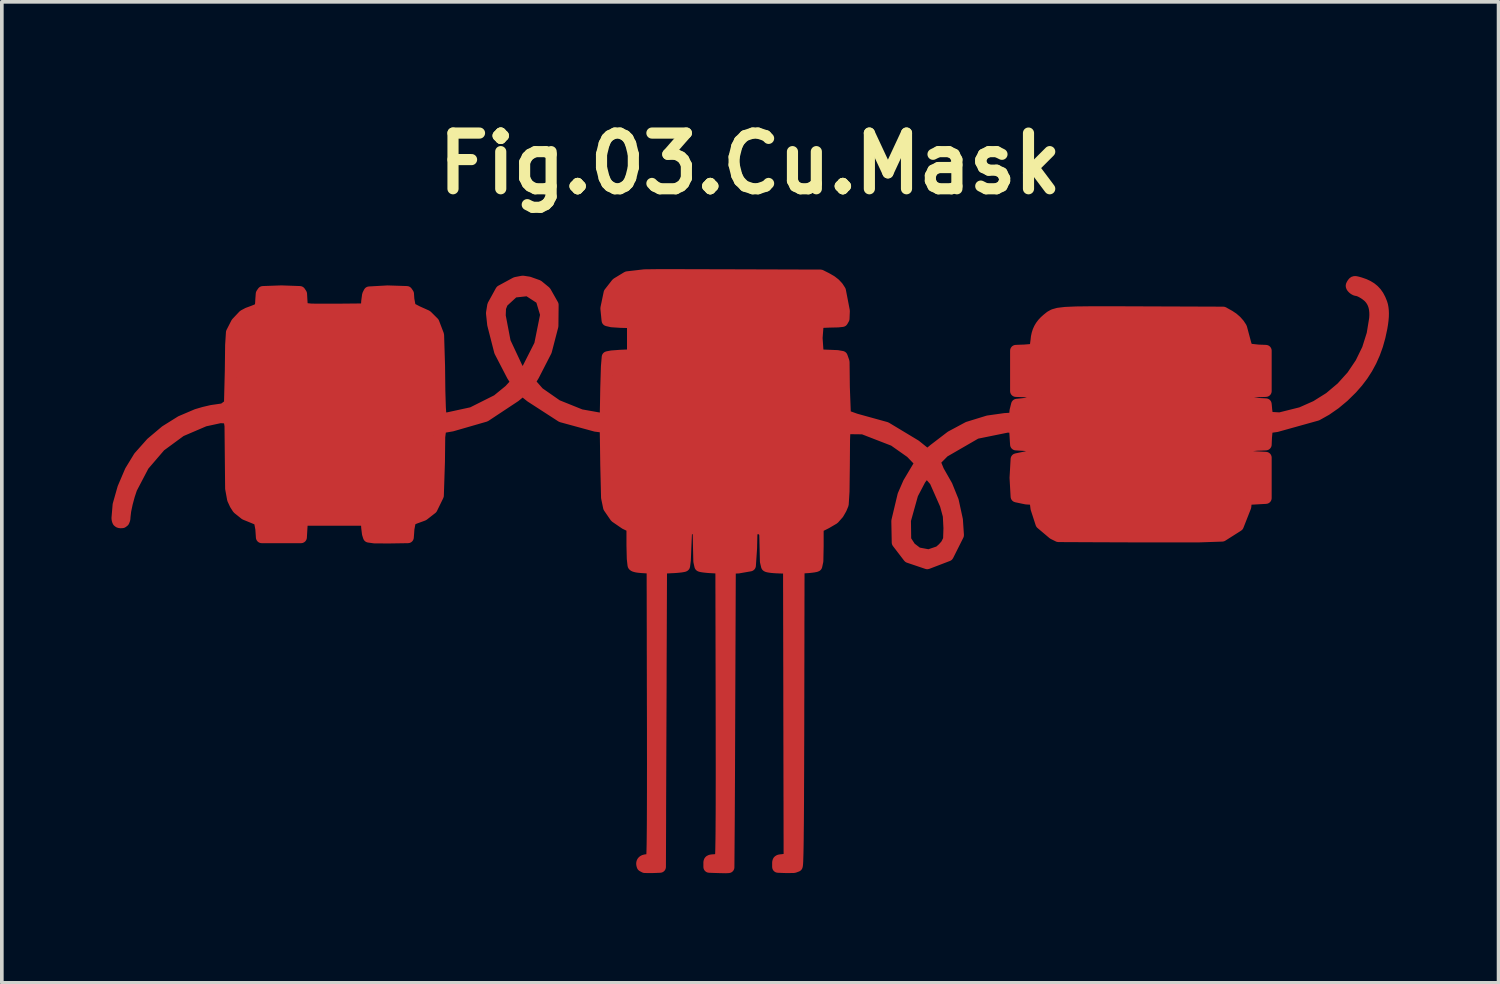
<source format=kicad_pcb>
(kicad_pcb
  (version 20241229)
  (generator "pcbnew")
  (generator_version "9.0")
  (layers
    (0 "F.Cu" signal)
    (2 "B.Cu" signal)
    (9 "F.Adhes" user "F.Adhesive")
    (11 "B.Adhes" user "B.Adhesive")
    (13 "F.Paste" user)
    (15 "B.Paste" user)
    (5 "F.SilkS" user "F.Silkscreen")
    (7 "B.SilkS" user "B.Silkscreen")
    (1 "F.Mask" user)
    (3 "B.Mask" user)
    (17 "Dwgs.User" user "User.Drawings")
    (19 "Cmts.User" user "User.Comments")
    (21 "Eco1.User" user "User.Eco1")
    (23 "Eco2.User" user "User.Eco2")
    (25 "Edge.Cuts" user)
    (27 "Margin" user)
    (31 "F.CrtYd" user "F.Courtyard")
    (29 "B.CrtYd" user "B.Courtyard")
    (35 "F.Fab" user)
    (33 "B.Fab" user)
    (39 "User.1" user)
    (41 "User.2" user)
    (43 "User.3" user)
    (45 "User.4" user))
  (footprint "Fig.03.Cu.Mask"
    (layer "F.Cu")
    (at 17.474 12.58)
    (property "Reference" "Fig.03.Cu.Mask" (at 0 -11.154 0) (layer "F.SilkS") (effects (font (size 1.524 1.524) (thickness 0.305))))
    (attr smd)
    (fp_poly (pts (xy -2.942 8.066) (xy -2.948 8.049) (xy -2.952 8.032) (xy -2.955 8.016) (xy -2.955 8.001) (xy -2.954 7.988) (xy -2.952 7.975) (xy -2.947 7.963) (xy -2.941 7.953) (xy -2.933 7.943) (xy -2.923 7.934) (xy -2.912 7.927) (xy -2.899 7.92) (xy -2.884 7.915) (xy -2.867 7.911) (xy -2.849 7.907) (xy -2.829 7.905) (xy -2.817 7.904) (xy -2.806 7.902) (xy -2.795 7.9) (xy -2.784 7.898) (xy -2.773 7.896) (xy -2.762 7.893) (xy -2.752 7.89) (xy -2.742 7.887) (xy -2.732 7.884) (xy -2.724 7.88) (xy -2.715 7.877) (xy -2.708 7.873) (xy -2.701 7.869) (xy -2.696 7.865) (xy -2.691 7.861) (xy -2.687 7.857) (xy -2.683 7.838) (xy -2.679 7.792) (xy -2.676 7.718) (xy -2.673 7.615) (xy -2.67 7.482) (xy -2.668 7.319) (xy -2.666 7.125) (xy -2.664 6.899) (xy -2.663 6.641) (xy -2.662 6.349) (xy -2.661 6.024) (xy -2.661 5.664) (xy -2.66 5.269) (xy -2.661 4.838) (xy -2.661 4.37) (xy -2.662 3.864) (xy -2.663 3.617) (xy -2.663 3.37) (xy -2.664 3.123) (xy -2.664 2.876) (xy -2.665 2.628) (xy -2.665 2.381) (xy -2.666 2.134) (xy -2.666 1.887) (xy -2.666 1.64) (xy -2.667 1.393) (xy -2.667 1.146) (xy -2.668 0.899) (xy -2.668 0.651) (xy -2.669 0.404) (xy -2.669 0.157) (xy -2.67 -0.09) (xy -2.685 -0.091) (xy -2.701 -0.092) (xy -2.716 -0.093) (xy -2.732 -0.094) (xy -2.747 -0.095) (xy -2.763 -0.096) (xy -2.778 -0.096) (xy -2.794 -0.097) (xy -2.809 -0.098) (xy -2.825 -0.099) (xy -2.84 -0.1) (xy -2.855 -0.101) (xy -2.871 -0.102) (xy -2.886 -0.103) (xy -2.902 -0.104) (xy -2.917 -0.105) (xy -2.949 -0.107) (xy -2.979 -0.109) (xy -3.006 -0.112) (xy -3.032 -0.114) (xy -3.055 -0.117) (xy -3.076 -0.12) (xy -3.096 -0.123) (xy -3.113 -0.127) (xy -3.129 -0.131) (xy -3.143 -0.135) (xy -3.156 -0.139) (xy -3.166 -0.143) (xy -3.175 -0.148) (xy -3.183 -0.153) (xy -3.189 -0.159) (xy -3.193 -0.165) (xy -3.213 -0.343) (xy -3.222 -0.71) (xy -3.222 -0.96) (xy -3.222 -1.21) (xy -3.318 -1.255) (xy -3.414 -1.301) (xy -3.681 -1.484) (xy -3.861 -1.746) (xy -3.917 -2.014) (xy -3.939 -2.912) (xy -3.946 -3.427) (xy -3.954 -3.942) (xy -4.088 -3.959) (xy -4.223 -3.976) (xy -5.156 -4.231) (xy -6 -4.777) (xy -6.113 -5.476) (xy -5.748 -6.196) (xy -5.582 -7.022) (xy -5.71 -7.449) (xy -6.076 -7.687) (xy -6.468 -7.644) (xy -6.775 -7.362) (xy -6.836 -7.209) (xy -6.845 -6.989) (xy -6.707 -6.269) (xy -6.369 -5.548) (xy -6.286 -5.437) (xy -6.227 -5.391) (xy -6.176 -5.416) (xy -6.113 -5.476) (xy -6 -4.777) (xy -6.146 -4.894) (xy -6.224 -4.942) (xy -6.297 -4.896) (xy -6.433 -4.784) (xy -7.246 -4.246) (xy -8.157 -3.983) (xy -8.372 -3.946) (xy -8.471 -3.903) (xy -8.5 -3.676) (xy -8.508 -2.987) (xy -8.538 -2.069) (xy -8.71 -1.717) (xy -8.942 -1.536) (xy -9.18 -1.449) (xy -9.3 -1.394) (xy -9.343 -1.16) (xy -9.351 -1.043) (xy -9.36 -0.926) (xy -9.62 -0.922) (xy -9.88 -0.918) (xy -10.276 -0.92) (xy -10.433 -0.942) (xy -10.46 -1.028) (xy -10.48 -1.189) (xy -10.487 -1.296) (xy -10.494 -1.404) (xy -10.935 -1.404) (xy -11.376 -1.404) (xy -11.816 -1.404) (xy -12.257 -1.404) (xy -12.264 -1.285) (xy -12.272 -1.165) (xy -12.279 -1.046) (xy -12.286 -0.926) (xy -12.555 -0.926) (xy -12.824 -0.926) (xy -13.093 -0.926) (xy -13.362 -0.926) (xy -13.37 -1.043) (xy -13.378 -1.16) (xy -13.422 -1.395) (xy -13.584 -1.464) (xy -13.815 -1.558) (xy -14.013 -1.717) (xy -14.085 -1.829) (xy -14.151 -1.972) (xy -14.204 -2.263) (xy -14.213 -3.149) (xy -14.221 -3.981) (xy -14.257 -4.196) (xy -14.496 -4.211) (xy -14.929 -4.117) (xy -15.58 -3.838) (xy -16.143 -3.425) (xy -16.598 -2.895) (xy -16.928 -2.265) (xy -16.991 -2.075) (xy -17.05 -1.857) (xy -17.093 -1.654) (xy -17.11 -1.512) (xy -17.117 -1.423) (xy -17.139 -1.366) (xy -17.177 -1.337) (xy -17.233 -1.334) (xy -17.268 -1.344) (xy -17.292 -1.363) (xy -17.306 -1.397) (xy -17.314 -1.449) (xy -17.283 -1.815) (xy -17.153 -2.274) (xy -16.954 -2.74) (xy -16.718 -3.127) (xy -16.38 -3.507) (xy -15.992 -3.834) (xy -15.573 -4.096) (xy -15.139 -4.281) (xy -14.941 -4.339) (xy -14.732 -4.388) (xy -14.407 -4.435) (xy -14.236 -4.562) (xy -14.213 -5.475) (xy -14.204 -6.186) (xy -14.182 -6.531) (xy -14.049 -6.791) (xy -13.856 -6.996) (xy -13.737 -7.059) (xy -13.595 -7.111) (xy -13.474 -7.16) (xy -13.406 -7.213) (xy -13.385 -7.305) (xy -13.377 -7.447) (xy -13.366 -7.59) (xy -13.329 -7.643) (xy -12.824 -7.661) (xy -12.319 -7.643) (xy -12.281 -7.586) (xy -12.272 -7.422) (xy -12.261 -7.262) (xy -12.231 -7.186) (xy -12.001 -7.162) (xy -11.342 -7.16) (xy -10.918 -7.164) (xy -10.495 -7.168) (xy -10.487 -7.277) (xy -10.48 -7.386) (xy -10.457 -7.557) (xy -10.42 -7.632) (xy -9.916 -7.66) (xy -9.392 -7.643) (xy -9.355 -7.589) (xy -9.345 -7.439) (xy -9.301 -7.204) (xy -9.107 -7.103) (xy -8.848 -6.987) (xy -8.66 -6.8) (xy -8.531 -6.462) (xy -8.505 -5.619) (xy -8.497 -4.938) (xy -8.483 -4.48) (xy -8.473 -4.331) (xy -8.464 -4.182) (xy -8.367 -4.184) (xy -8.27 -4.187) (xy -7.603 -4.332) (xy -6.915 -4.677) (xy -6.582 -4.949) (xy -6.388 -5.16) (xy -6.422 -5.228) (xy -6.503 -5.355) (xy -6.844 -6.013) (xy -7.033 -6.751) (xy -7.066 -7.061) (xy -7.032 -7.273) (xy -6.813 -7.671) (xy -6.408 -7.891) (xy -6.22 -7.927) (xy -6.054 -7.902) (xy -5.805 -7.813) (xy -5.6 -7.645) (xy -5.397 -7.287) (xy -5.403 -6.71) (xy -5.581 -6.026) (xy -5.922 -5.362) (xy -5.998 -5.236) (xy -6.029 -5.163) (xy -5.784 -4.883) (xy -5.283 -4.534) (xy -4.633 -4.272) (xy -4.069 -4.172) (xy -4.011 -4.177) (xy -3.954 -4.182) (xy -3.946 -4.595) (xy -3.939 -5.008) (xy -3.921 -5.599) (xy -3.899 -5.859) (xy -3.784 -5.881) (xy -3.541 -5.899) (xy -3.374 -5.906) (xy -3.207 -5.914) (xy -3.207 -6.138) (xy -3.207 -6.362) (xy -3.207 -6.586) (xy -3.207 -6.81) (xy -3.37 -6.814) (xy -3.534 -6.818) (xy -3.783 -6.834) (xy -3.903 -6.862) (xy -3.936 -7.193) (xy -3.848 -7.613) (xy -3.646 -7.872) (xy -3.359 -8.046) (xy -2.888 -8.101) (xy -2.57 -8.105) (xy -2.109 -8.106) (xy -1.473 -8.104) (xy -0.629 -8.102) (xy -0.309 -8.101) (xy 0.011 -8.1) (xy 0.331 -8.099) (xy 0.651 -8.098) (xy 0.97 -8.097) (xy 1.29 -8.096) (xy 1.61 -8.095) (xy 1.93 -8.094) (xy 1.952 -8.083) (xy 1.974 -8.072) (xy 1.995 -8.061) (xy 2.017 -8.05) (xy 2.039 -8.039) (xy 2.061 -8.028) (xy 2.083 -8.017) (xy 2.105 -8.005) (xy 2.221 -7.938) (xy 2.32 -7.861) (xy 2.401 -7.774) (xy 2.465 -7.675) (xy 2.572 -7.121) (xy 2.563 -6.909) (xy 2.525 -6.843) (xy 2.405 -6.83) (xy 2.182 -6.825) (xy 1.932 -6.815) (xy 1.856 -6.767) (xy 1.826 -6.382) (xy 1.854 -5.975) (xy 1.918 -5.909) (xy 2.17 -5.899) (xy 2.389 -5.89) (xy 2.514 -5.868) (xy 2.564 -5.726) (xy 2.572 -5.033) (xy 2.601 -4.259) (xy 2.889 -4.156) (xy 3.72 -3.926) (xy 4.525 -3.441) (xy 5.065 -2.472) (xy 4.825 -2.743) (xy 4.653 -2.51) (xy 4.444 -2.111) (xy 4.244 -1.395) (xy 4.251 -0.852) (xy 4.386 -0.643) (xy 4.58 -0.495) (xy 4.893 -0.436) (xy 5.18 -0.533) (xy 5.281 -0.622) (xy 5.371 -0.723) (xy 5.442 -0.865) (xy 5.452 -1.178) (xy 5.435 -1.516) (xy 5.352 -1.822) (xy 5.065 -2.472) (xy 4.525 -3.441) (xy 4.724 -3.281) (xy 4.829 -3.198) (xy 4.899 -3.215) (xy 5.044 -3.334) (xy 5.5 -3.683) (xy 5.968 -3.934) (xy 6.514 -4.102) (xy 6.975 -4.167) (xy 7.14 -4.177) (xy 7.225 -4.203) (xy 7.25 -4.273) (xy 7.261 -4.393) (xy 7.302 -4.558) (xy 7.556 -4.585) (xy 7.775 -4.614) (xy 7.828 -4.734) (xy 7.769 -4.878) (xy 7.515 -4.92) (xy 7.395 -4.924) (xy 7.276 -4.928) (xy 7.276 -5.204) (xy 7.276 -5.481) (xy 7.276 -5.757) (xy 7.276 -6.033) (xy 7.395 -6.038) (xy 7.513 -6.042) (xy 7.691 -6.057) (xy 7.786 -6.08) (xy 7.815 -6.161) (xy 7.835 -6.315) (xy 7.845 -6.405) (xy 7.863 -6.488) (xy 7.888 -6.567) (xy 7.921 -6.64) (xy 7.962 -6.709) (xy 8.012 -6.775) (xy 8.07 -6.837) (xy 8.138 -6.898) (xy 8.222 -6.965) (xy 8.31 -7.014) (xy 8.435 -7.049) (xy 8.63 -7.072) (xy 8.927 -7.085) (xy 9.36 -7.09) (xy 9.96 -7.09) (xy 10.762 -7.087) (xy 11.035 -7.086) (xy 11.309 -7.085) (xy 11.583 -7.084) (xy 11.856 -7.083) (xy 12.13 -7.082) (xy 12.403 -7.081) (xy 12.677 -7.08) (xy 12.95 -7.079) (xy 12.971 -7.067) (xy 12.991 -7.055) (xy 13.012 -7.044) (xy 13.032 -7.032) (xy 13.053 -7.021) (xy 13.074 -7.009) (xy 13.094 -6.998) (xy 13.115 -6.986) (xy 13.213 -6.921) (xy 13.301 -6.844) (xy 13.378 -6.757) (xy 13.442 -6.66) (xy 13.563 -6.208) (xy 13.61 -6.073) (xy 13.906 -6.041) (xy 14.011 -6.037) (xy 14.115 -6.033) (xy 14.115 -5.757) (xy 14.115 -5.481) (xy 14.115 -5.205) (xy 14.115 -4.928) (xy 14.011 -4.924) (xy 13.906 -4.921) (xy 13.605 -4.888) (xy 13.568 -4.741) (xy 13.573 -4.67) (xy 13.577 -4.6) (xy 13.712 -4.592) (xy 13.846 -4.585) (xy 13.981 -4.577) (xy 14.115 -4.57) (xy 14.123 -4.488) (xy 14.13 -4.406) (xy 14.148 -4.279) (xy 14.169 -4.204) (xy 14.499 -4.185) (xy 15.086 -4.332) (xy 15.491 -4.512) (xy 15.861 -4.744) (xy 16.191 -5.022) (xy 16.478 -5.34) (xy 16.716 -5.694) (xy 16.903 -6.078) (xy 17.032 -6.487) (xy 17.102 -6.914) (xy 17.107 -7.008) (xy 17.105 -7.095) (xy 17.096 -7.175) (xy 17.08 -7.249) (xy 17.057 -7.317) (xy 17.027 -7.38) (xy 16.989 -7.438) (xy 16.944 -7.492) (xy 16.907 -7.526) (xy 16.863 -7.561) (xy 16.815 -7.595) (xy 16.765 -7.625) (xy 16.716 -7.652) (xy 16.67 -7.672) (xy 16.629 -7.686) (xy 16.597 -7.691) (xy 16.578 -7.694) (xy 16.557 -7.704) (xy 16.534 -7.717) (xy 16.511 -7.734) (xy 16.491 -7.753) (xy 16.475 -7.772) (xy 16.464 -7.791) (xy 16.46 -7.807) (xy 16.46 -7.812) (xy 16.462 -7.819) (xy 16.466 -7.828) (xy 16.471 -7.837) (xy 16.476 -7.848) (xy 16.482 -7.858) (xy 16.489 -7.869) (xy 16.497 -7.88) (xy 16.509 -7.895) (xy 16.521 -7.907) (xy 16.535 -7.914) (xy 16.553 -7.916) (xy 16.576 -7.914) (xy 16.606 -7.908) (xy 16.645 -7.898) (xy 16.696 -7.883) (xy 16.806 -7.845) (xy 16.903 -7.8) (xy 16.99 -7.747) (xy 17.065 -7.686) (xy 17.131 -7.615) (xy 17.188 -7.534) (xy 17.237 -7.441) (xy 17.28 -7.336) (xy 17.299 -7.273) (xy 17.312 -7.204) (xy 17.32 -7.131) (xy 17.323 -7.052) (xy 17.321 -6.966) (xy 17.313 -6.872) (xy 17.3 -6.771) (xy 17.282 -6.66) (xy 17.229 -6.414) (xy 17.164 -6.182) (xy 17.084 -5.961) (xy 16.991 -5.752) (xy 16.883 -5.552) (xy 16.76 -5.361) (xy 16.621 -5.178) (xy 16.465 -5) (xy 16.241 -4.78) (xy 16.008 -4.586) (xy 15.765 -4.417) (xy 15.512 -4.275) (xy 14.408 -3.967) (xy 14.246 -3.944) (xy 14.161 -3.915) (xy 14.139 -3.829) (xy 14.124 -3.672) (xy 14.119 -3.569) (xy 14.115 -3.465) (xy 13.996 -3.46) (xy 13.877 -3.456) (xy 13.698 -3.44) (xy 13.6 -3.414) (xy 13.573 -3.357) (xy 13.568 -3.258) (xy 13.573 -3.197) (xy 13.577 -3.136) (xy 13.712 -3.129) (xy 13.846 -3.121) (xy 13.981 -3.114) (xy 14.115 -3.106) (xy 14.115 -2.83) (xy 14.115 -2.554) (xy 14.115 -2.277) (xy 14.115 -2.001) (xy 13.981 -1.994) (xy 13.846 -1.986) (xy 13.712 -1.979) (xy 13.577 -1.971) (xy 13.567 -1.868) (xy 13.557 -1.764) (xy 13.352 -1.243) (xy 12.92 -0.969) (xy 12.277 -0.947) (xy 10.606 -0.947) (xy 9.523 -0.951) (xy 8.44 -0.956) (xy 8.369 -0.991) (xy 8.298 -1.026) (xy 7.969 -1.304) (xy 7.835 -1.717) (xy 7.816 -1.865) (xy 7.791 -1.949) (xy 7.715 -1.976) (xy 7.558 -1.986) (xy 7.29 -2.042) (xy 7.261 -2.554) (xy 7.29 -3.066) (xy 7.556 -3.121) (xy 7.774 -3.151) (xy 7.828 -3.269) (xy 7.774 -3.406) (xy 7.523 -3.45) (xy 7.399 -3.457) (xy 7.276 -3.465) (xy 7.268 -3.584) (xy 7.261 -3.704) (xy 7.253 -3.823) (xy 7.246 -3.942) (xy 7.141 -3.947) (xy 7.037 -3.951) (xy 6.186 -3.778) (xy 5.304 -3.268) (xy 5.047 -3.008) (xy 5.154 -2.745) (xy 5.385 -2.339) (xy 5.553 -1.923) (xy 5.666 -1.405) (xy 5.694 -0.987) (xy 5.414 -0.429) (xy 4.85 -0.213) (xy 4.344 -0.384) (xy 4.037 -0.785) (xy 4.026 -1.374) (xy 4.194 -2.078) (xy 4.34 -2.414) (xy 4.532 -2.737) (xy 4.624 -2.891) (xy 4.662 -2.982) (xy 4.406 -3.248) (xy 3.939 -3.577) (xy 3.095 -3.904) (xy 2.59 -3.91) (xy 2.577 -3.595) (xy 2.572 -2.902) (xy 2.563 -2.18) (xy 2.541 -1.832) (xy 2.491 -1.712) (xy 2.414 -1.578) (xy 2.291 -1.439) (xy 2.086 -1.319) (xy 1.971 -1.261) (xy 1.855 -1.204) (xy 1.855 -0.945) (xy 1.855 -0.686) (xy 1.847 -0.278) (xy 1.818 -0.144) (xy 1.813 -0.141) (xy 1.806 -0.139) (xy 1.797 -0.136) (xy 1.786 -0.133) (xy 1.773 -0.131) (xy 1.758 -0.128) (xy 1.743 -0.125) (xy 1.726 -0.122) (xy 1.707 -0.12) (xy 1.688 -0.117) (xy 1.667 -0.115) (xy 1.646 -0.112) (xy 1.624 -0.11) (xy 1.602 -0.108) (xy 1.579 -0.106) (xy 1.556 -0.105) (xy 1.542 -0.104) (xy 1.528 -0.103) (xy 1.514 -0.102) (xy 1.5 -0.101) (xy 1.486 -0.1) (xy 1.472 -0.099) (xy 1.458 -0.098) (xy 1.444 -0.097) (xy 1.43 -0.096) (xy 1.416 -0.095) (xy 1.402 -0.095) (xy 1.388 -0.094) (xy 1.374 -0.093) (xy 1.36 -0.092) (xy 1.346 -0.091) (xy 1.332 -0.09) (xy 1.332 0.164) (xy 1.331 0.417) (xy 1.331 0.671) (xy 1.33 0.925) (xy 1.33 1.178) (xy 1.329 1.432) (xy 1.329 1.686) (xy 1.329 1.94) (xy 1.328 2.193) (xy 1.328 2.447) (xy 1.327 2.701) (xy 1.327 2.954) (xy 1.326 3.208) (xy 1.326 3.462) (xy 1.325 3.715) (xy 1.325 3.969) (xy 1.324 4.51) (xy 1.322 5.007) (xy 1.321 5.461) (xy 1.319 5.873) (xy 1.318 6.246) (xy 1.316 6.579) (xy 1.314 6.875) (xy 1.311 7.135) (xy 1.309 7.36) (xy 1.306 7.551) (xy 1.303 7.71) (xy 1.299 7.838) (xy 1.296 7.937) (xy 1.292 8.007) (xy 1.287 8.051) (xy 1.283 8.069) (xy 1.202 8.099) (xy 1.007 8.102) (xy 0.886 8.098) (xy 0.765 8.093) (xy 0.765 8.088) (xy 0.765 8.082) (xy 0.765 8.077) (xy 0.765 8.071) (xy 0.765 8.065) (xy 0.765 8.06) (xy 0.765 8.054) (xy 0.765 8.049) (xy 0.765 8.043) (xy 0.765 8.037) (xy 0.765 8.032) (xy 0.765 8.026) (xy 0.765 8.021) (xy 0.765 8.015) (xy 0.765 8.009) (xy 0.765 8.004) (xy 0.765 7.99) (xy 0.765 7.977) (xy 0.766 7.966) (xy 0.768 7.957) (xy 0.77 7.948) (xy 0.773 7.94) (xy 0.776 7.934) (xy 0.78 7.928) (xy 0.786 7.924) (xy 0.792 7.919) (xy 0.799 7.916) (xy 0.808 7.913) (xy 0.817 7.911) (xy 0.828 7.909) (xy 0.841 7.907) (xy 0.854 7.906) (xy 0.864 7.905) (xy 0.874 7.904) (xy 0.884 7.903) (xy 0.895 7.902) (xy 0.905 7.9) (xy 0.916 7.899) (xy 0.927 7.897) (xy 0.937 7.896) (xy 0.948 7.894) (xy 0.958 7.893) (xy 0.968 7.891) (xy 0.978 7.889) (xy 0.987 7.888) (xy 0.996 7.886) (xy 1.004 7.885) (xy 1.011 7.883) (xy 1.016 7.882) (xy 1.02 7.881) (xy 1.024 7.88) (xy 1.028 7.879) (xy 1.032 7.878) (xy 1.037 7.877) (xy 1.041 7.876) (xy 1.045 7.876) (xy 1.049 7.875) (xy 1.053 7.874) (xy 1.058 7.873) (xy 1.062 7.872) (xy 1.066 7.871) (xy 1.07 7.87) (xy 1.074 7.869) (xy 1.079 7.868) (xy 1.078 7.619) (xy 1.078 7.371) (xy 1.077 7.122) (xy 1.077 6.873) (xy 1.076 6.625) (xy 1.076 6.376) (xy 1.075 6.127) (xy 1.075 5.879) (xy 1.074 5.63) (xy 1.074 5.381) (xy 1.073 5.132) (xy 1.073 4.884) (xy 1.072 4.635) (xy 1.072 4.386) (xy 1.071 4.138) (xy 1.071 3.889) (xy 1.07 3.64) (xy 1.07 3.392) (xy 1.07 3.143) (xy 1.069 2.894) (xy 1.069 2.646) (xy 1.068 2.397) (xy 1.068 2.148) (xy 1.067 1.9) (xy 1.067 1.651) (xy 1.066 1.402) (xy 1.066 1.153) (xy 1.065 0.905) (xy 1.065 0.656) (xy 1.064 0.407) (xy 1.064 0.159) (xy 1.063 -0.09) (xy 1.046 -0.091) (xy 1.028 -0.091) (xy 1.01 -0.092) (xy 0.993 -0.092) (xy 0.975 -0.093) (xy 0.958 -0.093) (xy 0.94 -0.094) (xy 0.922 -0.094) (xy 0.905 -0.095) (xy 0.887 -0.095) (xy 0.869 -0.096) (xy 0.852 -0.096) (xy 0.834 -0.097) (xy 0.816 -0.097) (xy 0.799 -0.098) (xy 0.781 -0.099) (xy 0.752 -0.1) (xy 0.724 -0.101) (xy 0.696 -0.103) (xy 0.669 -0.104) (xy 0.642 -0.107) (xy 0.617 -0.109) (xy 0.593 -0.111) (xy 0.571 -0.114) (xy 0.55 -0.117) (xy 0.53 -0.12) (xy 0.513 -0.123) (xy 0.498 -0.126) (xy 0.484 -0.13) (xy 0.474 -0.133) (xy 0.466 -0.136) (xy 0.46 -0.14) (xy 0.43 -0.266) (xy 0.421 -0.629) (xy 0.412 -1.007) (xy 0.374 -1.133) (xy 0.22 -1.179) (xy 0.069 -1.144) (xy 0.042 -1.001) (xy 0.033 -0.622) (xy 0.001 -0.154) (xy -0.325 -0.097) (xy -0.339 -0.097) (xy -0.353 -0.096) (xy -0.367 -0.096) (xy -0.381 -0.096) (xy -0.395 -0.095) (xy -0.409 -0.095) (xy -0.423 -0.094) (xy -0.437 -0.094) (xy -0.451 -0.093) (xy -0.465 -0.093) (xy -0.479 -0.092) (xy -0.493 -0.092) (xy -0.507 -0.091) (xy -0.521 -0.091) (xy -0.535 -0.09) (xy -0.549 -0.09) (xy -0.55 0.166) (xy -0.551 0.422) (xy -0.552 0.677) (xy -0.553 0.933) (xy -0.554 1.189) (xy -0.555 1.445) (xy -0.556 1.7) (xy -0.557 1.956) (xy -0.558 2.212) (xy -0.559 2.467) (xy -0.56 2.723) (xy -0.561 2.979) (xy -0.562 3.235) (xy -0.563 3.49) (xy -0.564 3.746) (xy -0.565 4.002) (xy -0.571 5.591) (xy -0.578 6.894) (xy -0.587 8.102) (xy -0.669 8.106) (xy -0.856 8.102) (xy -0.986 8.098) (xy -1.117 8.093) (xy -1.117 8.088) (xy -1.117 8.082) (xy -1.117 8.077) (xy -1.117 8.071) (xy -1.117 8.065) (xy -1.117 8.06) (xy -1.117 8.054) (xy -1.117 8.049) (xy -1.117 8.043) (xy -1.117 8.037) (xy -1.117 8.032) (xy -1.117 8.026) (xy -1.117 8.021) (xy -1.117 8.015) (xy -1.117 8.009) (xy -1.117 8.004) (xy -1.117 7.989) (xy -1.117 7.975) (xy -1.116 7.964) (xy -1.114 7.954) (xy -1.112 7.945) (xy -1.108 7.937) (xy -1.103 7.931) (xy -1.097 7.926) (xy -1.09 7.921) (xy -1.08 7.918) (xy -1.069 7.915) (xy -1.056 7.912) (xy -1.04 7.91) (xy -1.022 7.908) (xy -1.001 7.907) (xy -0.978 7.905) (xy -0.963 7.904) (xy -0.949 7.903) (xy -0.935 7.901) (xy -0.921 7.899) (xy -0.907 7.896) (xy -0.894 7.894) (xy -0.882 7.891) (xy -0.87 7.887) (xy -0.858 7.884) (xy -0.848 7.881) (xy -0.838 7.877) (xy -0.829 7.873) (xy -0.822 7.869) (xy -0.815 7.865) (xy -0.81 7.861) (xy -0.806 7.857) (xy -0.802 7.839) (xy -0.798 7.793) (xy -0.794 7.719) (xy -0.791 7.616) (xy -0.789 7.484) (xy -0.786 7.321) (xy -0.784 7.128) (xy -0.783 6.902) (xy -0.781 6.644) (xy -0.78 6.353) (xy -0.78 6.028) (xy -0.779 5.668) (xy -0.779 5.272) (xy -0.78 4.84) (xy -0.78 4.371) (xy -0.781 3.864) (xy -0.781 3.617) (xy -0.782 3.37) (xy -0.782 3.123) (xy -0.783 2.876) (xy -0.783 2.629) (xy -0.784 2.381) (xy -0.784 2.134) (xy -0.785 1.887) (xy -0.785 1.64) (xy -0.786 1.393) (xy -0.786 1.146) (xy -0.787 0.899) (xy -0.787 0.652) (xy -0.788 0.404) (xy -0.788 0.157) (xy -0.789 -0.09) (xy -0.805 -0.091) (xy -0.822 -0.092) (xy -0.839 -0.093) (xy -0.856 -0.094) (xy -0.873 -0.094) (xy -0.889 -0.095) (xy -0.906 -0.096) (xy -0.923 -0.097) (xy -0.94 -0.098) (xy -0.957 -0.099) (xy -0.973 -0.1) (xy -0.99 -0.101) (xy -1.007 -0.102) (xy -1.024 -0.103) (xy -1.041 -0.104) (xy -1.057 -0.105) (xy -1.085 -0.106) (xy -1.112 -0.108) (xy -1.139 -0.11) (xy -1.165 -0.112) (xy -1.19 -0.115) (xy -1.214 -0.117) (xy -1.237 -0.12) (xy -1.258 -0.122) (xy -1.278 -0.125) (xy -1.297 -0.128) (xy -1.313 -0.13) (xy -1.328 -0.133) (xy -1.34 -0.136) (xy -1.351 -0.139) (xy -1.358 -0.141) (xy -1.364 -0.144) (xy -1.392 -0.27) (xy -1.401 -0.643) (xy -1.41 -1.05) (xy -1.459 -1.149) (xy -1.595 -1.178) (xy -1.72 -1.156) (xy -1.749 -1.021) (xy -1.765 -0.652) (xy -1.779 -0.304) (xy -1.799 -0.144) (xy -1.803 -0.142) (xy -1.81 -0.139) (xy -1.82 -0.136) (xy -1.833 -0.134) (xy -1.848 -0.131) (xy -1.865 -0.128) (xy -1.884 -0.125) (xy -1.906 -0.122) (xy -1.929 -0.12) (xy -1.954 -0.117) (xy -1.98 -0.115) (xy -2.008 -0.112) (xy -2.036 -0.11) (xy -2.066 -0.108) (xy -2.096 -0.106) (xy -2.128 -0.105) (xy -2.147 -0.104) (xy -2.165 -0.103) (xy -2.184 -0.102) (xy -2.203 -0.101) (xy -2.222 -0.1) (xy -2.241 -0.099) (xy -2.26 -0.098) (xy -2.279 -0.097) (xy -2.298 -0.096) (xy -2.317 -0.095) (xy -2.336 -0.094) (xy -2.355 -0.094) (xy -2.374 -0.093) (xy -2.393 -0.092) (xy -2.412 -0.091) (xy -2.431 -0.09) (xy -2.432 0.166) (xy -2.433 0.422) (xy -2.434 0.677) (xy -2.435 0.933) (xy -2.436 1.189) (xy -2.437 1.445) (xy -2.438 1.7) (xy -2.439 1.956) (xy -2.44 2.212) (xy -2.441 2.467) (xy -2.442 2.723) (xy -2.442 2.979) (xy -2.443 3.235) (xy -2.444 3.49) (xy -2.445 3.746) (xy -2.446 4.002) (xy -2.447 4.258) (xy -2.448 4.513) (xy -2.449 4.769) (xy -2.45 5.025) (xy -2.451 5.28) (xy -2.452 5.536) (xy -2.453 5.792) (xy -2.454 6.048) (xy -2.455 6.303) (xy -2.456 6.559) (xy -2.456 6.815) (xy -2.457 7.071) (xy -2.458 7.326) (xy -2.459 7.582) (xy -2.46 7.838) (xy -2.461 8.093) (xy -2.577 8.098) (xy -2.693 8.102) (xy -2.881 8.1) (xy -2.942 8.067) (xy -2.942 8.067) (xy -2.942 8.067) (xy -2.942 8.067) (xy -2.942 8.067) (xy -2.942 8.067) (xy -2.942 8.067) (xy -2.942 8.066) (xy -2.942 8.066) (xy -2.942 8.066) (xy -2.942 8.066) (xy -2.942 8.066) (xy -2.942 8.066) (xy -2.942 8.066) (xy -2.942 8.066) (xy -2.942 8.066) (xy -2.942 8.066)) (stroke (width 0.319) (type solid)) (fill yes) (layer "F.Cu"))
    (fp_poly (pts (xy -2.942 8.066) (xy -2.948 8.049) (xy -2.952 8.032) (xy -2.955 8.016) (xy -2.955 8.001) (xy -2.954 7.988) (xy -2.952 7.975) (xy -2.947 7.963) (xy -2.941 7.953) (xy -2.933 7.943) (xy -2.923 7.934) (xy -2.912 7.927) (xy -2.899 7.92) (xy -2.884 7.915) (xy -2.867 7.911) (xy -2.849 7.907) (xy -2.829 7.905) (xy -2.817 7.904) (xy -2.806 7.902) (xy -2.795 7.9) (xy -2.784 7.898) (xy -2.773 7.896) (xy -2.762 7.893) (xy -2.752 7.89) (xy -2.742 7.887) (xy -2.732 7.884) (xy -2.724 7.88) (xy -2.715 7.877) (xy -2.708 7.873) (xy -2.701 7.869) (xy -2.696 7.865) (xy -2.691 7.861) (xy -2.687 7.857) (xy -2.683 7.838) (xy -2.679 7.792) (xy -2.676 7.718) (xy -2.673 7.615) (xy -2.67 7.482) (xy -2.668 7.319) (xy -2.666 7.125) (xy -2.664 6.899) (xy -2.663 6.641) (xy -2.662 6.349) (xy -2.661 6.024) (xy -2.661 5.664) (xy -2.66 5.269) (xy -2.661 4.838) (xy -2.661 4.37) (xy -2.662 3.864) (xy -2.663 3.617) (xy -2.663 3.37) (xy -2.664 3.123) (xy -2.664 2.876) (xy -2.665 2.628) (xy -2.665 2.381) (xy -2.666 2.134) (xy -2.666 1.887) (xy -2.666 1.64) (xy -2.667 1.393) (xy -2.667 1.146) (xy -2.668 0.899) (xy -2.668 0.651) (xy -2.669 0.404) (xy -2.669 0.157) (xy -2.67 -0.09) (xy -2.685 -0.091) (xy -2.701 -0.092) (xy -2.716 -0.093) (xy -2.732 -0.094) (xy -2.747 -0.095) (xy -2.763 -0.096) (xy -2.778 -0.096) (xy -2.794 -0.097) (xy -2.809 -0.098) (xy -2.825 -0.099) (xy -2.84 -0.1) (xy -2.855 -0.101) (xy -2.871 -0.102) (xy -2.886 -0.103) (xy -2.902 -0.104) (xy -2.917 -0.105) (xy -2.949 -0.107) (xy -2.979 -0.109) (xy -3.006 -0.112) (xy -3.032 -0.114) (xy -3.055 -0.117) (xy -3.076 -0.12) (xy -3.096 -0.123) (xy -3.113 -0.127) (xy -3.129 -0.131) (xy -3.143 -0.135) (xy -3.156 -0.139) (xy -3.166 -0.143) (xy -3.175 -0.148) (xy -3.183 -0.153) (xy -3.189 -0.159) (xy -3.193 -0.165) (xy -3.213 -0.343) (xy -3.222 -0.71) (xy -3.222 -0.96) (xy -3.222 -1.21) (xy -3.318 -1.255) (xy -3.414 -1.301) (xy -3.681 -1.484) (xy -3.861 -1.746) (xy -3.917 -2.014) (xy -3.939 -2.912) (xy -3.946 -3.427) (xy -3.954 -3.942) (xy -4.088 -3.959) (xy -4.223 -3.976) (xy -5.156 -4.231) (xy -6 -4.777) (xy -6.113 -5.476) (xy -5.748 -6.196) (xy -5.582 -7.022) (xy -5.71 -7.449) (xy -6.076 -7.687) (xy -6.468 -7.644) (xy -6.775 -7.362) (xy -6.836 -7.209) (xy -6.845 -6.989) (xy -6.707 -6.269) (xy -6.369 -5.548) (xy -6.286 -5.437) (xy -6.227 -5.391) (xy -6.176 -5.416) (xy -6.113 -5.476) (xy -6 -4.777) (xy -6.146 -4.894) (xy -6.224 -4.942) (xy -6.297 -4.896) (xy -6.433 -4.784) (xy -7.246 -4.246) (xy -8.157 -3.983) (xy -8.372 -3.946) (xy -8.471 -3.903) (xy -8.5 -3.676) (xy -8.508 -2.987) (xy -8.538 -2.069) (xy -8.71 -1.717) (xy -8.942 -1.536) (xy -9.18 -1.449) (xy -9.3 -1.394) (xy -9.343 -1.16) (xy -9.351 -1.043) (xy -9.36 -0.926) (xy -9.62 -0.922) (xy -9.88 -0.918) (xy -10.276 -0.92) (xy -10.433 -0.942) (xy -10.46 -1.028) (xy -10.48 -1.189) (xy -10.487 -1.296) (xy -10.494 -1.404) (xy -10.935 -1.404) (xy -11.376 -1.404) (xy -11.816 -1.404) (xy -12.257 -1.404) (xy -12.264 -1.285) (xy -12.272 -1.165) (xy -12.279 -1.046) (xy -12.286 -0.926) (xy -12.555 -0.926) (xy -12.824 -0.926) (xy -13.093 -0.926) (xy -13.362 -0.926) (xy -13.37 -1.043) (xy -13.378 -1.16) (xy -13.422 -1.395) (xy -13.584 -1.464) (xy -13.815 -1.558) (xy -14.013 -1.717) (xy -14.085 -1.829) (xy -14.151 -1.972) (xy -14.204 -2.263) (xy -14.213 -3.149) (xy -14.221 -3.981) (xy -14.257 -4.196) (xy -14.496 -4.211) (xy -14.929 -4.117) (xy -15.58 -3.838) (xy -16.143 -3.425) (xy -16.598 -2.895) (xy -16.928 -2.265) (xy -16.991 -2.075) (xy -17.05 -1.857) (xy -17.093 -1.654) (xy -17.11 -1.512) (xy -17.117 -1.423) (xy -17.139 -1.366) (xy -17.177 -1.337) (xy -17.233 -1.334) (xy -17.268 -1.344) (xy -17.292 -1.363) (xy -17.306 -1.397) (xy -17.314 -1.449) (xy -17.283 -1.815) (xy -17.153 -2.274) (xy -16.954 -2.74) (xy -16.718 -3.127) (xy -16.38 -3.507) (xy -15.992 -3.834) (xy -15.573 -4.096) (xy -15.139 -4.281) (xy -14.941 -4.339) (xy -14.732 -4.388) (xy -14.407 -4.435) (xy -14.236 -4.562) (xy -14.213 -5.475) (xy -14.204 -6.186) (xy -14.182 -6.531) (xy -14.049 -6.791) (xy -13.856 -6.996) (xy -13.737 -7.059) (xy -13.595 -7.111) (xy -13.474 -7.16) (xy -13.406 -7.213) (xy -13.385 -7.305) (xy -13.377 -7.447) (xy -13.366 -7.59) (xy -13.329 -7.643) (xy -12.824 -7.661) (xy -12.319 -7.643) (xy -12.281 -7.586) (xy -12.272 -7.422) (xy -12.261 -7.262) (xy -12.231 -7.186) (xy -12.001 -7.162) (xy -11.342 -7.16) (xy -10.918 -7.164) (xy -10.495 -7.168) (xy -10.487 -7.277) (xy -10.48 -7.386) (xy -10.457 -7.557) (xy -10.42 -7.632) (xy -9.916 -7.66) (xy -9.392 -7.643) (xy -9.355 -7.589) (xy -9.345 -7.439) (xy -9.301 -7.204) (xy -9.107 -7.103) (xy -8.848 -6.987) (xy -8.66 -6.8) (xy -8.531 -6.462) (xy -8.505 -5.619) (xy -8.497 -4.938) (xy -8.483 -4.48) (xy -8.473 -4.331) (xy -8.464 -4.182) (xy -8.367 -4.184) (xy -8.27 -4.187) (xy -7.603 -4.332) (xy -6.915 -4.677) (xy -6.582 -4.949) (xy -6.388 -5.16) (xy -6.422 -5.228) (xy -6.503 -5.355) (xy -6.844 -6.013) (xy -7.033 -6.751) (xy -7.066 -7.061) (xy -7.032 -7.273) (xy -6.813 -7.671) (xy -6.408 -7.891) (xy -6.22 -7.927) (xy -6.054 -7.902) (xy -5.805 -7.813) (xy -5.6 -7.645) (xy -5.397 -7.287) (xy -5.403 -6.71) (xy -5.581 -6.026) (xy -5.922 -5.362) (xy -5.998 -5.236) (xy -6.029 -5.163) (xy -5.784 -4.883) (xy -5.283 -4.534) (xy -4.633 -4.272) (xy -4.069 -4.172) (xy -4.011 -4.177) (xy -3.954 -4.182) (xy -3.946 -4.595) (xy -3.939 -5.008) (xy -3.921 -5.599) (xy -3.899 -5.859) (xy -3.784 -5.881) (xy -3.541 -5.899) (xy -3.374 -5.906) (xy -3.207 -5.914) (xy -3.207 -6.138) (xy -3.207 -6.362) (xy -3.207 -6.586) (xy -3.207 -6.81) (xy -3.37 -6.814) (xy -3.534 -6.818) (xy -3.783 -6.834) (xy -3.903 -6.862) (xy -3.936 -7.193) (xy -3.848 -7.613) (xy -3.646 -7.872) (xy -3.359 -8.046) (xy -2.888 -8.101) (xy -2.57 -8.105) (xy -2.109 -8.106) (xy -1.473 -8.104) (xy -0.629 -8.102) (xy -0.309 -8.101) (xy 0.011 -8.1) (xy 0.331 -8.099) (xy 0.651 -8.098) (xy 0.97 -8.097) (xy 1.29 -8.096) (xy 1.61 -8.095) (xy 1.93 -8.094) (xy 1.952 -8.083) (xy 1.974 -8.072) (xy 1.995 -8.061) (xy 2.017 -8.05) (xy 2.039 -8.039) (xy 2.061 -8.028) (xy 2.083 -8.017) (xy 2.105 -8.005) (xy 2.221 -7.938) (xy 2.32 -7.861) (xy 2.401 -7.774) (xy 2.465 -7.675) (xy 2.572 -7.121) (xy 2.563 -6.909) (xy 2.525 -6.843) (xy 2.405 -6.83) (xy 2.182 -6.825) (xy 1.932 -6.815) (xy 1.856 -6.767) (xy 1.826 -6.382) (xy 1.854 -5.975) (xy 1.918 -5.909) (xy 2.17 -5.899) (xy 2.389 -5.89) (xy 2.514 -5.868) (xy 2.564 -5.726) (xy 2.572 -5.033) (xy 2.601 -4.259) (xy 2.889 -4.156) (xy 3.72 -3.926) (xy 4.525 -3.441) (xy 5.065 -2.472) (xy 4.825 -2.743) (xy 4.653 -2.51) (xy 4.444 -2.111) (xy 4.244 -1.395) (xy 4.251 -0.852) (xy 4.386 -0.643) (xy 4.58 -0.495) (xy 4.893 -0.436) (xy 5.18 -0.533) (xy 5.281 -0.622) (xy 5.371 -0.723) (xy 5.442 -0.865) (xy 5.452 -1.178) (xy 5.435 -1.516) (xy 5.352 -1.822) (xy 5.065 -2.472) (xy 4.525 -3.441) (xy 4.724 -3.281) (xy 4.829 -3.198) (xy 4.899 -3.215) (xy 5.044 -3.334) (xy 5.5 -3.683) (xy 5.968 -3.934) (xy 6.514 -4.102) (xy 6.975 -4.167) (xy 7.14 -4.177) (xy 7.225 -4.203) (xy 7.25 -4.273) (xy 7.261 -4.393) (xy 7.302 -4.558) (xy 7.556 -4.585) (xy 7.775 -4.614) (xy 7.828 -4.734) (xy 7.769 -4.878) (xy 7.515 -4.92) (xy 7.395 -4.924) (xy 7.276 -4.928) (xy 7.276 -5.204) (xy 7.276 -5.481) (xy 7.276 -5.757) (xy 7.276 -6.033) (xy 7.395 -6.038) (xy 7.513 -6.042) (xy 7.691 -6.057) (xy 7.786 -6.08) (xy 7.815 -6.161) (xy 7.835 -6.315) (xy 7.845 -6.405) (xy 7.863 -6.488) (xy 7.888 -6.567) (xy 7.921 -6.64) (xy 7.962 -6.709) (xy 8.012 -6.775) (xy 8.07 -6.837) (xy 8.138 -6.898) (xy 8.222 -6.965) (xy 8.31 -7.014) (xy 8.435 -7.049) (xy 8.63 -7.072) (xy 8.927 -7.085) (xy 9.36 -7.09) (xy 9.96 -7.09) (xy 10.762 -7.087) (xy 11.035 -7.086) (xy 11.309 -7.085) (xy 11.583 -7.084) (xy 11.856 -7.083) (xy 12.13 -7.082) (xy 12.403 -7.081) (xy 12.677 -7.08) (xy 12.95 -7.079) (xy 12.971 -7.067) (xy 12.991 -7.055) (xy 13.012 -7.044) (xy 13.032 -7.032) (xy 13.053 -7.021) (xy 13.074 -7.009) (xy 13.094 -6.998) (xy 13.115 -6.986) (xy 13.213 -6.921) (xy 13.301 -6.844) (xy 13.378 -6.757) (xy 13.442 -6.66) (xy 13.563 -6.208) (xy 13.61 -6.073) (xy 13.906 -6.041) (xy 14.011 -6.037) (xy 14.115 -6.033) (xy 14.115 -5.757) (xy 14.115 -5.481) (xy 14.115 -5.205) (xy 14.115 -4.928) (xy 14.011 -4.924) (xy 13.906 -4.921) (xy 13.605 -4.888) (xy 13.568 -4.741) (xy 13.573 -4.67) (xy 13.577 -4.6) (xy 13.712 -4.592) (xy 13.846 -4.585) (xy 13.981 -4.577) (xy 14.115 -4.57) (xy 14.123 -4.488) (xy 14.13 -4.406) (xy 14.148 -4.279) (xy 14.169 -4.204) (xy 14.499 -4.185) (xy 15.086 -4.332) (xy 15.491 -4.512) (xy 15.861 -4.744) (xy 16.191 -5.022) (xy 16.478 -5.34) (xy 16.716 -5.694) (xy 16.903 -6.078) (xy 17.032 -6.487) (xy 17.102 -6.914) (xy 17.107 -7.008) (xy 17.105 -7.095) (xy 17.096 -7.175) (xy 17.08 -7.249) (xy 17.057 -7.317) (xy 17.027 -7.38) (xy 16.989 -7.438) (xy 16.944 -7.492) (xy 16.907 -7.526) (xy 16.863 -7.561) (xy 16.815 -7.595) (xy 16.765 -7.625) (xy 16.716 -7.652) (xy 16.67 -7.672) (xy 16.629 -7.686) (xy 16.597 -7.691) (xy 16.578 -7.694) (xy 16.557 -7.704) (xy 16.534 -7.717) (xy 16.511 -7.734) (xy 16.491 -7.753) (xy 16.475 -7.772) (xy 16.464 -7.791) (xy 16.46 -7.807) (xy 16.46 -7.812) (xy 16.462 -7.819) (xy 16.466 -7.828) (xy 16.471 -7.837) (xy 16.476 -7.848) (xy 16.482 -7.858) (xy 16.489 -7.869) (xy 16.497 -7.88) (xy 16.509 -7.895) (xy 16.521 -7.907) (xy 16.535 -7.914) (xy 16.553 -7.916) (xy 16.576 -7.914) (xy 16.606 -7.908) (xy 16.645 -7.898) (xy 16.696 -7.883) (xy 16.806 -7.845) (xy 16.903 -7.8) (xy 16.99 -7.747) (xy 17.065 -7.686) (xy 17.131 -7.615) (xy 17.188 -7.534) (xy 17.237 -7.441) (xy 17.28 -7.336) (xy 17.299 -7.273) (xy 17.312 -7.204) (xy 17.32 -7.131) (xy 17.323 -7.052) (xy 17.321 -6.966) (xy 17.313 -6.872) (xy 17.3 -6.771) (xy 17.282 -6.66) (xy 17.229 -6.414) (xy 17.164 -6.182) (xy 17.084 -5.961) (xy 16.991 -5.752) (xy 16.883 -5.552) (xy 16.76 -5.361) (xy 16.621 -5.178) (xy 16.465 -5) (xy 16.241 -4.78) (xy 16.008 -4.586) (xy 15.765 -4.417) (xy 15.512 -4.275) (xy 14.408 -3.967) (xy 14.246 -3.944) (xy 14.161 -3.915) (xy 14.139 -3.829) (xy 14.124 -3.672) (xy 14.119 -3.569) (xy 14.115 -3.465) (xy 13.996 -3.46) (xy 13.877 -3.456) (xy 13.698 -3.44) (xy 13.6 -3.414) (xy 13.573 -3.357) (xy 13.568 -3.258) (xy 13.573 -3.197) (xy 13.577 -3.136) (xy 13.712 -3.129) (xy 13.846 -3.121) (xy 13.981 -3.114) (xy 14.115 -3.106) (xy 14.115 -2.83) (xy 14.115 -2.554) (xy 14.115 -2.277) (xy 14.115 -2.001) (xy 13.981 -1.994) (xy 13.846 -1.986) (xy 13.712 -1.979) (xy 13.577 -1.971) (xy 13.567 -1.868) (xy 13.557 -1.764) (xy 13.352 -1.243) (xy 12.92 -0.969) (xy 12.277 -0.947) (xy 10.606 -0.947) (xy 9.523 -0.951) (xy 8.44 -0.956) (xy 8.369 -0.991) (xy 8.298 -1.026) (xy 7.969 -1.304) (xy 7.835 -1.717) (xy 7.816 -1.865) (xy 7.791 -1.949) (xy 7.715 -1.976) (xy 7.558 -1.986) (xy 7.29 -2.042) (xy 7.261 -2.554) (xy 7.29 -3.066) (xy 7.556 -3.121) (xy 7.774 -3.151) (xy 7.828 -3.269) (xy 7.774 -3.406) (xy 7.523 -3.45) (xy 7.399 -3.457) (xy 7.276 -3.465) (xy 7.268 -3.584) (xy 7.261 -3.704) (xy 7.253 -3.823) (xy 7.246 -3.942) (xy 7.141 -3.947) (xy 7.037 -3.951) (xy 6.186 -3.778) (xy 5.304 -3.268) (xy 5.047 -3.008) (xy 5.154 -2.745) (xy 5.385 -2.339) (xy 5.553 -1.923) (xy 5.666 -1.405) (xy 5.694 -0.987) (xy 5.414 -0.429) (xy 4.85 -0.213) (xy 4.344 -0.384) (xy 4.037 -0.785) (xy 4.026 -1.374) (xy 4.194 -2.078) (xy 4.34 -2.414) (xy 4.532 -2.737) (xy 4.624 -2.891) (xy 4.662 -2.982) (xy 4.406 -3.248) (xy 3.939 -3.577) (xy 3.095 -3.904) (xy 2.59 -3.91) (xy 2.577 -3.595) (xy 2.572 -2.902) (xy 2.563 -2.18) (xy 2.541 -1.832) (xy 2.491 -1.712) (xy 2.414 -1.578) (xy 2.291 -1.439) (xy 2.086 -1.319) (xy 1.971 -1.261) (xy 1.855 -1.204) (xy 1.855 -0.945) (xy 1.855 -0.686) (xy 1.847 -0.278) (xy 1.818 -0.144) (xy 1.813 -0.141) (xy 1.806 -0.139) (xy 1.797 -0.136) (xy 1.786 -0.133) (xy 1.773 -0.131) (xy 1.758 -0.128) (xy 1.743 -0.125) (xy 1.726 -0.122) (xy 1.707 -0.12) (xy 1.688 -0.117) (xy 1.667 -0.115) (xy 1.646 -0.112) (xy 1.624 -0.11) (xy 1.602 -0.108) (xy 1.579 -0.106) (xy 1.556 -0.105) (xy 1.542 -0.104) (xy 1.528 -0.103) (xy 1.514 -0.102) (xy 1.5 -0.101) (xy 1.486 -0.1) (xy 1.472 -0.099) (xy 1.458 -0.098) (xy 1.444 -0.097) (xy 1.43 -0.096) (xy 1.416 -0.095) (xy 1.402 -0.095) (xy 1.388 -0.094) (xy 1.374 -0.093) (xy 1.36 -0.092) (xy 1.346 -0.091) (xy 1.332 -0.09) (xy 1.332 0.164) (xy 1.331 0.417) (xy 1.331 0.671) (xy 1.33 0.925) (xy 1.33 1.178) (xy 1.329 1.432) (xy 1.329 1.686) (xy 1.329 1.94) (xy 1.328 2.193) (xy 1.328 2.447) (xy 1.327 2.701) (xy 1.327 2.954) (xy 1.326 3.208) (xy 1.326 3.462) (xy 1.325 3.715) (xy 1.325 3.969) (xy 1.324 4.51) (xy 1.322 5.007) (xy 1.321 5.461) (xy 1.319 5.873) (xy 1.318 6.246) (xy 1.316 6.579) (xy 1.314 6.875) (xy 1.311 7.135) (xy 1.309 7.36) (xy 1.306 7.551) (xy 1.303 7.71) (xy 1.299 7.838) (xy 1.296 7.937) (xy 1.292 8.007) (xy 1.287 8.051) (xy 1.283 8.069) (xy 1.202 8.099) (xy 1.007 8.102) (xy 0.886 8.098) (xy 0.765 8.093) (xy 0.765 8.088) (xy 0.765 8.082) (xy 0.765 8.077) (xy 0.765 8.071) (xy 0.765 8.065) (xy 0.765 8.06) (xy 0.765 8.054) (xy 0.765 8.049) (xy 0.765 8.043) (xy 0.765 8.037) (xy 0.765 8.032) (xy 0.765 8.026) (xy 0.765 8.021) (xy 0.765 8.015) (xy 0.765 8.009) (xy 0.765 8.004) (xy 0.765 7.99) (xy 0.765 7.977) (xy 0.766 7.966) (xy 0.768 7.957) (xy 0.77 7.948) (xy 0.773 7.94) (xy 0.776 7.934) (xy 0.78 7.928) (xy 0.786 7.924) (xy 0.792 7.919) (xy 0.799 7.916) (xy 0.808 7.913) (xy 0.817 7.911) (xy 0.828 7.909) (xy 0.841 7.907) (xy 0.854 7.906) (xy 0.864 7.905) (xy 0.874 7.904) (xy 0.884 7.903) (xy 0.895 7.902) (xy 0.905 7.9) (xy 0.916 7.899) (xy 0.927 7.897) (xy 0.937 7.896) (xy 0.948 7.894) (xy 0.958 7.893) (xy 0.968 7.891) (xy 0.978 7.889) (xy 0.987 7.888) (xy 0.996 7.886) (xy 1.004 7.885) (xy 1.011 7.883) (xy 1.016 7.882) (xy 1.02 7.881) (xy 1.024 7.88) (xy 1.028 7.879) (xy 1.032 7.878) (xy 1.037 7.877) (xy 1.041 7.876) (xy 1.045 7.876) (xy 1.049 7.875) (xy 1.053 7.874) (xy 1.058 7.873) (xy 1.062 7.872) (xy 1.066 7.871) (xy 1.07 7.87) (xy 1.074 7.869) (xy 1.079 7.868) (xy 1.078 7.619) (xy 1.078 7.371) (xy 1.077 7.122) (xy 1.077 6.873) (xy 1.076 6.625) (xy 1.076 6.376) (xy 1.075 6.127) (xy 1.075 5.879) (xy 1.074 5.63) (xy 1.074 5.381) (xy 1.073 5.132) (xy 1.073 4.884) (xy 1.072 4.635) (xy 1.072 4.386) (xy 1.071 4.138) (xy 1.071 3.889) (xy 1.07 3.64) (xy 1.07 3.392) (xy 1.07 3.143) (xy 1.069 2.894) (xy 1.069 2.646) (xy 1.068 2.397) (xy 1.068 2.148) (xy 1.067 1.9) (xy 1.067 1.651) (xy 1.066 1.402) (xy 1.066 1.153) (xy 1.065 0.905) (xy 1.065 0.656) (xy 1.064 0.407) (xy 1.064 0.159) (xy 1.063 -0.09) (xy 1.046 -0.091) (xy 1.028 -0.091) (xy 1.01 -0.092) (xy 0.993 -0.092) (xy 0.975 -0.093) (xy 0.958 -0.093) (xy 0.94 -0.094) (xy 0.922 -0.094) (xy 0.905 -0.095) (xy 0.887 -0.095) (xy 0.869 -0.096) (xy 0.852 -0.096) (xy 0.834 -0.097) (xy 0.816 -0.097) (xy 0.799 -0.098) (xy 0.781 -0.099) (xy 0.752 -0.1) (xy 0.724 -0.101) (xy 0.696 -0.103) (xy 0.669 -0.104) (xy 0.642 -0.107) (xy 0.617 -0.109) (xy 0.593 -0.111) (xy 0.571 -0.114) (xy 0.55 -0.117) (xy 0.53 -0.12) (xy 0.513 -0.123) (xy 0.498 -0.126) (xy 0.484 -0.13) (xy 0.474 -0.133) (xy 0.466 -0.136) (xy 0.46 -0.14) (xy 0.43 -0.266) (xy 0.421 -0.629) (xy 0.412 -1.007) (xy 0.374 -1.133) (xy 0.22 -1.179) (xy 0.069 -1.144) (xy 0.042 -1.001) (xy 0.033 -0.622) (xy 0.001 -0.154) (xy -0.325 -0.097) (xy -0.339 -0.097) (xy -0.353 -0.096) (xy -0.367 -0.096) (xy -0.381 -0.096) (xy -0.395 -0.095) (xy -0.409 -0.095) (xy -0.423 -0.094) (xy -0.437 -0.094) (xy -0.451 -0.093) (xy -0.465 -0.093) (xy -0.479 -0.092) (xy -0.493 -0.092) (xy -0.507 -0.091) (xy -0.521 -0.091) (xy -0.535 -0.09) (xy -0.549 -0.09) (xy -0.55 0.166) (xy -0.551 0.422) (xy -0.552 0.677) (xy -0.553 0.933) (xy -0.554 1.189) (xy -0.555 1.445) (xy -0.556 1.7) (xy -0.557 1.956) (xy -0.558 2.212) (xy -0.559 2.467) (xy -0.56 2.723) (xy -0.561 2.979) (xy -0.562 3.235) (xy -0.563 3.49) (xy -0.564 3.746) (xy -0.565 4.002) (xy -0.571 5.591) (xy -0.578 6.894) (xy -0.587 8.102) (xy -0.669 8.106) (xy -0.856 8.102) (xy -0.986 8.098) (xy -1.117 8.093) (xy -1.117 8.088) (xy -1.117 8.082) (xy -1.117 8.077) (xy -1.117 8.071) (xy -1.117 8.065) (xy -1.117 8.06) (xy -1.117 8.054) (xy -1.117 8.049) (xy -1.117 8.043) (xy -1.117 8.037) (xy -1.117 8.032) (xy -1.117 8.026) (xy -1.117 8.021) (xy -1.117 8.015) (xy -1.117 8.009) (xy -1.117 8.004) (xy -1.117 7.989) (xy -1.117 7.975) (xy -1.116 7.964) (xy -1.114 7.954) (xy -1.112 7.945) (xy -1.108 7.937) (xy -1.103 7.931) (xy -1.097 7.926) (xy -1.09 7.921) (xy -1.08 7.918) (xy -1.069 7.915) (xy -1.056 7.912) (xy -1.04 7.91) (xy -1.022 7.908) (xy -1.001 7.907) (xy -0.978 7.905) (xy -0.963 7.904) (xy -0.949 7.903) (xy -0.935 7.901) (xy -0.921 7.899) (xy -0.907 7.896) (xy -0.894 7.894) (xy -0.882 7.891) (xy -0.87 7.887) (xy -0.858 7.884) (xy -0.848 7.881) (xy -0.838 7.877) (xy -0.829 7.873) (xy -0.822 7.869) (xy -0.815 7.865) (xy -0.81 7.861) (xy -0.806 7.857) (xy -0.802 7.839) (xy -0.798 7.793) (xy -0.794 7.719) (xy -0.791 7.616) (xy -0.789 7.484) (xy -0.786 7.321) (xy -0.784 7.128) (xy -0.783 6.902) (xy -0.781 6.644) (xy -0.78 6.353) (xy -0.78 6.028) (xy -0.779 5.668) (xy -0.779 5.272) (xy -0.78 4.84) (xy -0.78 4.371) (xy -0.781 3.864) (xy -0.781 3.617) (xy -0.782 3.37) (xy -0.782 3.123) (xy -0.783 2.876) (xy -0.783 2.629) (xy -0.784 2.381) (xy -0.784 2.134) (xy -0.785 1.887) (xy -0.785 1.64) (xy -0.786 1.393) (xy -0.786 1.146) (xy -0.787 0.899) (xy -0.787 0.652) (xy -0.788 0.404) (xy -0.788 0.157) (xy -0.789 -0.09) (xy -0.805 -0.091) (xy -0.822 -0.092) (xy -0.839 -0.093) (xy -0.856 -0.094) (xy -0.873 -0.094) (xy -0.889 -0.095) (xy -0.906 -0.096) (xy -0.923 -0.097) (xy -0.94 -0.098) (xy -0.957 -0.099) (xy -0.973 -0.1) (xy -0.99 -0.101) (xy -1.007 -0.102) (xy -1.024 -0.103) (xy -1.041 -0.104) (xy -1.057 -0.105) (xy -1.085 -0.106) (xy -1.112 -0.108) (xy -1.139 -0.11) (xy -1.165 -0.112) (xy -1.19 -0.115) (xy -1.214 -0.117) (xy -1.237 -0.12) (xy -1.258 -0.122) (xy -1.278 -0.125) (xy -1.297 -0.128) (xy -1.313 -0.13) (xy -1.328 -0.133) (xy -1.34 -0.136) (xy -1.351 -0.139) (xy -1.358 -0.141) (xy -1.364 -0.144) (xy -1.392 -0.27) (xy -1.401 -0.643) (xy -1.41 -1.05) (xy -1.459 -1.149) (xy -1.595 -1.178) (xy -1.72 -1.156) (xy -1.749 -1.021) (xy -1.765 -0.652) (xy -1.779 -0.304) (xy -1.799 -0.144) (xy -1.803 -0.142) (xy -1.81 -0.139) (xy -1.82 -0.136) (xy -1.833 -0.134) (xy -1.848 -0.131) (xy -1.865 -0.128) (xy -1.884 -0.125) (xy -1.906 -0.122) (xy -1.929 -0.12) (xy -1.954 -0.117) (xy -1.98 -0.115) (xy -2.008 -0.112) (xy -2.036 -0.11) (xy -2.066 -0.108) (xy -2.096 -0.106) (xy -2.128 -0.105) (xy -2.147 -0.104) (xy -2.165 -0.103) (xy -2.184 -0.102) (xy -2.203 -0.101) (xy -2.222 -0.1) (xy -2.241 -0.099) (xy -2.26 -0.098) (xy -2.279 -0.097) (xy -2.298 -0.096) (xy -2.317 -0.095) (xy -2.336 -0.094) (xy -2.355 -0.094) (xy -2.374 -0.093) (xy -2.393 -0.092) (xy -2.412 -0.091) (xy -2.431 -0.09) (xy -2.432 0.166) (xy -2.433 0.422) (xy -2.434 0.677) (xy -2.435 0.933) (xy -2.436 1.189) (xy -2.437 1.445) (xy -2.438 1.7) (xy -2.439 1.956) (xy -2.44 2.212) (xy -2.441 2.467) (xy -2.442 2.723) (xy -2.442 2.979) (xy -2.443 3.235) (xy -2.444 3.49) (xy -2.445 3.746) (xy -2.446 4.002) (xy -2.447 4.258) (xy -2.448 4.513) (xy -2.449 4.769) (xy -2.45 5.025) (xy -2.451 5.28) (xy -2.452 5.536) (xy -2.453 5.792) (xy -2.454 6.048) (xy -2.455 6.303) (xy -2.456 6.559) (xy -2.456 6.815) (xy -2.457 7.071) (xy -2.458 7.326) (xy -2.459 7.582) (xy -2.46 7.838) (xy -2.461 8.093) (xy -2.577 8.098) (xy -2.693 8.102) (xy -2.881 8.1) (xy -2.942 8.067) (xy -2.942 8.067) (xy -2.942 8.067) (xy -2.942 8.067) (xy -2.942 8.067) (xy -2.942 8.067) (xy -2.942 8.067) (xy -2.942 8.066) (xy -2.942 8.066) (xy -2.942 8.066) (xy -2.942 8.066) (xy -2.942 8.066) (xy -2.942 8.066) (xy -2.942 8.066) (xy -2.942 8.066) (xy -2.942 8.066) (xy -2.942 8.066)) (stroke (width 0.319) (type solid)) (fill yes) (layer "F.Mask")))
  (gr_rect
    (start -3 -3)
    (end 37.957 23.845)
    (stroke (width 0.1) (type default))
    (fill no)
    (layer "Edge.Cuts")))
</source>
